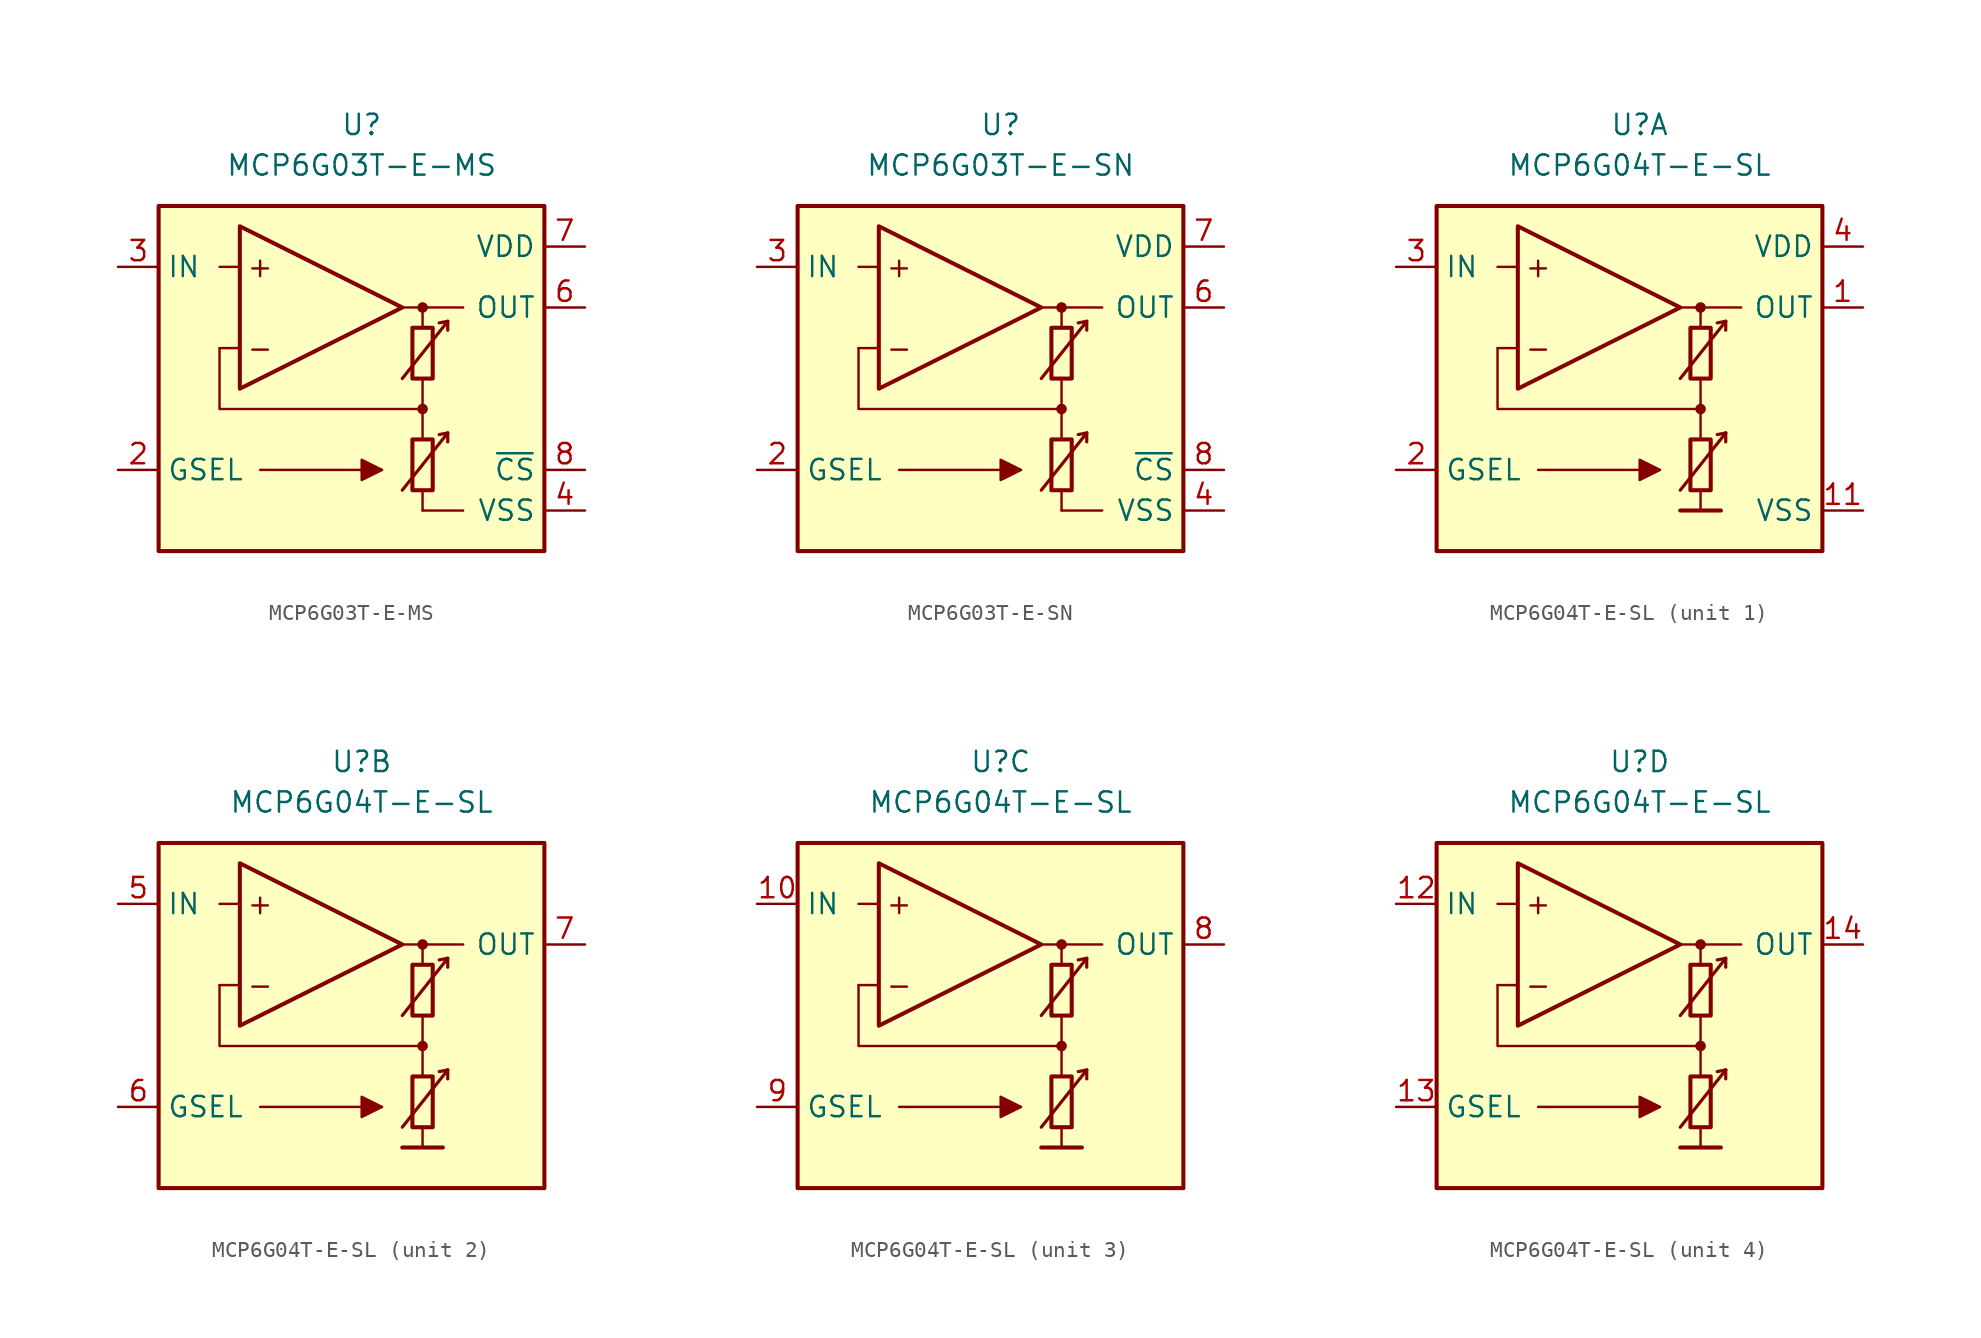
<source format=kicad_sym>
(kicad_symbol_lib
  (version 20211014)
  (generator kicad_symbol_editor)
  (symbol "MCP6G03T-E-MS"
    (property "Reference" "U"
      (at 0 16.51 0)
      (effects (font (size 1.27 1.27))))
    (property "Value" "MCP6G03T-E-MS"
      (at 0 13.97 0)
      (effects (font (size 1.27 1.27))))
    (symbol "MCP6G03T-E-MS_0_0"
      (rectangle (start -12.7 11.43) (end 11.43 -10.16) (stroke (width 0.254) (type default) (color 0 0 0 0)) (fill (type background)))
      (polyline (pts (xy 3.81 -3.81)) (stroke (width 0.152) (type default) (color 0 0 0 0)) (fill (type none)))
      (polyline (pts (xy 3.81 3.81)) (stroke (width 0.152) (type default) (color 0 0 0 0)) (fill (type none)))
      (polyline (pts (xy -7.62 2.54) (xy -8.89 2.54)) (stroke (width 0.152) (type default) (color 0 0 0 0)) (fill (type none)))
      (polyline (pts (xy -7.62 7.62) (xy -8.89 7.62)) (stroke (width 0.152) (type default) (color 0 0 0 0)) (fill (type none)))
      (polyline (pts (xy 2.54 5.08) (xy 6.35 5.08)) (stroke (width 0.152) (type default) (color 0 0 0 0)) (fill (type none)))
      (polyline (pts (xy 3.81 -7.62) (xy 6.35 -7.62)) (stroke (width 0) (type default) (color 0 0 0 0)) (fill (type none)))
      (polyline (pts (xy 3.81 -6.35) (xy 3.81 -7.62)) (stroke (width 0.152) (type default) (color 0 0 0 0)) (fill (type none)))
      (polyline (pts (xy 3.81 -1.27) (xy 3.81 -3.175)) (stroke (width 0.152) (type default) (color 0 0 0 0)) (fill (type none)))
      (polyline (pts (xy 3.81 0.635) (xy 3.81 -1.27)) (stroke (width 0.152) (type default) (color 0 0 0 0)) (fill (type none)))
      (polyline (pts (xy 3.81 5.08) (xy 3.81 3.81)) (stroke (width 0.152) (type default) (color 0 0 0 0)) (fill (type none)))
      (polyline (pts (xy 3.81 -1.27) (xy -8.89 -1.27) (xy -8.89 2.54)) (stroke (width 0.152) (type default) (color 0 0 0 0)) (fill (type none)))
      (circle (center 3.81 -1.27) (radius 0.254) (stroke (width 0.152) (type default) (color 0 0 0 0)) (fill (type outline)))
      (circle (center 3.81 5.08) (radius 0.254) (stroke (width 0.152) (type default) (color 0 0 0 0)) (fill (type outline)))
      (text "+" (at -6.35 7.62 0) (effects (font (size 1.27 1.27))))
      (text "-" (at -6.35 2.54 0) (effects (font (size 1.27 1.27)))))
    (symbol "MCP6G03T-E-MS_0_1"
      (polyline (pts (xy -6.35 -5.08) (xy 1.27 -5.08)) (stroke (width 0.152) (type default) (color 0 0 0 0)) (fill (type none)))
      (polyline (pts (xy 5.385 -2.769) (xy 4.851 -2.87)) (stroke (width 0.2) (type default) (color 0 0 0 0)) (fill (type none)))
      (polyline (pts (xy 5.385 -2.769) (xy 5.385 -3.327)) (stroke (width 0.2) (type default) (color 0 0 0 0)) (fill (type none)))
      (polyline (pts (xy 5.385 4.216) (xy 4.851 4.115)) (stroke (width 0.2) (type default) (color 0 0 0 0)) (fill (type none)))
      (polyline (pts (xy 5.385 4.216) (xy 5.385 3.658)) (stroke (width 0.2) (type default) (color 0 0 0 0)) (fill (type none)))
      (polyline (pts (xy -7.62 10.16) (xy -7.62 0) (xy 2.54 5.08) (xy -7.62 10.16)) (stroke (width 0.254) (type default) (color 0 0 0 0)) (fill (type background)))
      (polyline (pts (xy 2.54 -6.35) (xy 5.385 -2.769) (xy 5.385 -2.769) (xy 5.385 -2.769)) (stroke (width 0.2) (type default) (color 0 0 0 0)) (fill (type none)))
      (polyline (pts (xy 2.54 0.635) (xy 5.385 4.216) (xy 5.385 4.216) (xy 5.385 4.216)) (stroke (width 0.2) (type default) (color 0 0 0 0)) (fill (type none)))
      (polyline (pts (xy 1.27 -5.08) (xy 0 -4.445) (xy 0 -5.715) (xy 1.27 -5.08) (xy 0 -4.445)) (stroke (width 0.152) (type default) (color 0 0 0 0)) (fill (type outline)))
      (rectangle (start 3.175 -3.175) (end 4.445 -6.35) (stroke (width 0.254) (type default) (color 0 0 0 0)) (fill (type none)))
      (rectangle (start 3.175 3.81) (end 4.445 0.635) (stroke (width 0.254) (type default) (color 0 0 0 0)) (fill (type none))))
    (symbol "MCP6G03T-E-MS_1_1"
      (pin no_connect line (at -2.54 -3.81 0) (length 2.54) hide (name "NC" (effects (font (size 1.27 1.27)))) (number "1" (effects (font (size 1.27 1.27)))))
      (pin input line (at -15.24 -5.08 0) (length 2.54) (name "GSEL" (effects (font (size 1.27 1.27)))) (number "2" (effects (font (size 1.27 1.27)))))
      (pin input line (at -15.24 7.62 0) (length 2.54) (name "IN" (effects (font (size 1.27 1.27)))) (number "3" (effects (font (size 1.27 1.27)))))
      (pin power_in line (at 13.97 -7.62 180) (length 2.54) (name "VSS" (effects (font (size 1.27 1.27)))) (number "4" (effects (font (size 1.27 1.27)))))
      (pin no_connect line (at -2.54 -6.35 0) (length 2.54) hide (name "NC" (effects (font (size 1.27 1.27)))) (number "5" (effects (font (size 1.27 1.27)))))
      (pin output line (at 13.97 5.08 180) (length 2.54) (name "OUT" (effects (font (size 1.27 1.27)))) (number "6" (effects (font (size 1.27 1.27)))))
      (pin power_in line (at 13.97 8.89 180) (length 2.54) (name "VDD" (effects (font (size 1.27 1.27)))) (number "7" (effects (font (size 1.27 1.27)))))
      (pin input line (at 13.97 -5.08 180) (length 2.54) (name "~{CS}" (effects (font (size 1.27 1.27)))) (number "8" (effects (font (size 1.27 1.27)))))))
  (symbol "MCP6G03T-E-SN"
    (property "Reference" "U"
      (at 0 16.51 0)
      (effects (font (size 1.27 1.27))))
    (property "Value" "MCP6G03T-E-SN"
      (at 0 13.97 0)
      (effects (font (size 1.27 1.27))))
    (symbol "MCP6G03T-E-SN_0_0"
      (rectangle (start -12.7 11.43) (end 11.43 -10.16) (stroke (width 0.254) (type default) (color 0 0 0 0)) (fill (type background)))
      (polyline (pts (xy 3.81 -3.81)) (stroke (width 0.152) (type default) (color 0 0 0 0)) (fill (type none)))
      (polyline (pts (xy 3.81 3.81)) (stroke (width 0.152) (type default) (color 0 0 0 0)) (fill (type none)))
      (polyline (pts (xy -7.62 2.54) (xy -8.89 2.54)) (stroke (width 0.152) (type default) (color 0 0 0 0)) (fill (type none)))
      (polyline (pts (xy -7.62 7.62) (xy -8.89 7.62)) (stroke (width 0.152) (type default) (color 0 0 0 0)) (fill (type none)))
      (polyline (pts (xy 2.54 5.08) (xy 6.35 5.08)) (stroke (width 0.152) (type default) (color 0 0 0 0)) (fill (type none)))
      (polyline (pts (xy 3.81 -7.62) (xy 6.35 -7.62)) (stroke (width 0) (type default) (color 0 0 0 0)) (fill (type none)))
      (polyline (pts (xy 3.81 -6.35) (xy 3.81 -7.62)) (stroke (width 0.152) (type default) (color 0 0 0 0)) (fill (type none)))
      (polyline (pts (xy 3.81 -1.27) (xy 3.81 -3.175)) (stroke (width 0.152) (type default) (color 0 0 0 0)) (fill (type none)))
      (polyline (pts (xy 3.81 0.635) (xy 3.81 -1.27)) (stroke (width 0.152) (type default) (color 0 0 0 0)) (fill (type none)))
      (polyline (pts (xy 3.81 5.08) (xy 3.81 3.81)) (stroke (width 0.152) (type default) (color 0 0 0 0)) (fill (type none)))
      (polyline (pts (xy 3.81 -1.27) (xy -8.89 -1.27) (xy -8.89 2.54)) (stroke (width 0.152) (type default) (color 0 0 0 0)) (fill (type none)))
      (circle (center 3.81 -1.27) (radius 0.254) (stroke (width 0.152) (type default) (color 0 0 0 0)) (fill (type outline)))
      (circle (center 3.81 5.08) (radius 0.254) (stroke (width 0.152) (type default) (color 0 0 0 0)) (fill (type outline)))
      (text "+" (at -6.35 7.62 0) (effects (font (size 1.27 1.27))))
      (text "-" (at -6.35 2.54 0) (effects (font (size 1.27 1.27)))))
    (symbol "MCP6G03T-E-SN_0_1"
      (polyline (pts (xy -6.35 -5.08) (xy 1.27 -5.08)) (stroke (width 0.152) (type default) (color 0 0 0 0)) (fill (type none)))
      (polyline (pts (xy 5.385 -2.769) (xy 4.851 -2.87)) (stroke (width 0.2) (type default) (color 0 0 0 0)) (fill (type none)))
      (polyline (pts (xy 5.385 -2.769) (xy 5.385 -3.327)) (stroke (width 0.2) (type default) (color 0 0 0 0)) (fill (type none)))
      (polyline (pts (xy 5.385 4.216) (xy 4.851 4.115)) (stroke (width 0.2) (type default) (color 0 0 0 0)) (fill (type none)))
      (polyline (pts (xy 5.385 4.216) (xy 5.385 3.658)) (stroke (width 0.2) (type default) (color 0 0 0 0)) (fill (type none)))
      (polyline (pts (xy -7.62 10.16) (xy -7.62 0) (xy 2.54 5.08) (xy -7.62 10.16)) (stroke (width 0.254) (type default) (color 0 0 0 0)) (fill (type background)))
      (polyline (pts (xy 2.54 -6.35) (xy 5.385 -2.769) (xy 5.385 -2.769) (xy 5.385 -2.769)) (stroke (width 0.2) (type default) (color 0 0 0 0)) (fill (type none)))
      (polyline (pts (xy 2.54 0.635) (xy 5.385 4.216) (xy 5.385 4.216) (xy 5.385 4.216)) (stroke (width 0.2) (type default) (color 0 0 0 0)) (fill (type none)))
      (polyline (pts (xy 1.27 -5.08) (xy 0 -4.445) (xy 0 -5.715) (xy 1.27 -5.08) (xy 0 -4.445)) (stroke (width 0.152) (type default) (color 0 0 0 0)) (fill (type outline)))
      (rectangle (start 3.175 -3.175) (end 4.445 -6.35) (stroke (width 0.254) (type default) (color 0 0 0 0)) (fill (type none)))
      (rectangle (start 3.175 3.81) (end 4.445 0.635) (stroke (width 0.254) (type default) (color 0 0 0 0)) (fill (type none))))
    (symbol "MCP6G03T-E-SN_1_1"
      (pin no_connect line (at -2.54 -3.81 0) (length 2.54) hide (name "NC" (effects (font (size 1.27 1.27)))) (number "1" (effects (font (size 1.27 1.27)))))
      (pin input line (at -15.24 -5.08 0) (length 2.54) (name "GSEL" (effects (font (size 1.27 1.27)))) (number "2" (effects (font (size 1.27 1.27)))))
      (pin input line (at -15.24 7.62 0) (length 2.54) (name "IN" (effects (font (size 1.27 1.27)))) (number "3" (effects (font (size 1.27 1.27)))))
      (pin power_in line (at 13.97 -7.62 180) (length 2.54) (name "VSS" (effects (font (size 1.27 1.27)))) (number "4" (effects (font (size 1.27 1.27)))))
      (pin no_connect line (at -2.54 -6.35 0) (length 2.54) hide (name "NC" (effects (font (size 1.27 1.27)))) (number "5" (effects (font (size 1.27 1.27)))))
      (pin output line (at 13.97 5.08 180) (length 2.54) (name "OUT" (effects (font (size 1.27 1.27)))) (number "6" (effects (font (size 1.27 1.27)))))
      (pin power_in line (at 13.97 8.89 180) (length 2.54) (name "VDD" (effects (font (size 1.27 1.27)))) (number "7" (effects (font (size 1.27 1.27)))))
      (pin input line (at 13.97 -5.08 180) (length 2.54) (name "~{CS}" (effects (font (size 1.27 1.27)))) (number "8" (effects (font (size 1.27 1.27)))))))
  (symbol "MCP6G04T-E-SL"
    (property "Reference" "U"
      (at 0 16.51 0)
      (effects (font (size 1.27 1.27))))
    (property "Value" "MCP6G04T-E-SL"
      (at 0 13.97 0)
      (effects (font (size 1.27 1.27))))
    (property "ki_locked" ""
      (at 0 0 0)
      (effects (font (size 1.27 1.27))))
    (symbol "MCP6G04T-E-SL_0_0"
      (rectangle (start -12.7 11.43) (end 11.43 -10.16) (stroke (width 0.254) (type default) (color 0 0 0 0)) (fill (type background)))
      (polyline (pts (xy 3.81 -3.81)) (stroke (width 0.152) (type default) (color 0 0 0 0)) (fill (type none)))
      (polyline (pts (xy 3.81 3.81)) (stroke (width 0.152) (type default) (color 0 0 0 0)) (fill (type none)))
      (polyline (pts (xy -7.62 2.54) (xy -8.89 2.54)) (stroke (width 0.152) (type default) (color 0 0 0 0)) (fill (type none)))
      (polyline (pts (xy -7.62 7.62) (xy -8.89 7.62)) (stroke (width 0.152) (type default) (color 0 0 0 0)) (fill (type none)))
      (polyline (pts (xy 2.54 -7.62) (xy 5.08 -7.62)) (stroke (width 0.254) (type default) (color 0 0 0 0)) (fill (type none)))
      (polyline (pts (xy 2.54 5.08) (xy 6.35 5.08)) (stroke (width 0.152) (type default) (color 0 0 0 0)) (fill (type none)))
      (polyline (pts (xy 3.81 -6.35) (xy 3.81 -7.62)) (stroke (width 0.152) (type default) (color 0 0 0 0)) (fill (type none)))
      (polyline (pts (xy 3.81 -1.27) (xy 3.81 -3.175)) (stroke (width 0.152) (type default) (color 0 0 0 0)) (fill (type none)))
      (polyline (pts (xy 3.81 0.635) (xy 3.81 -1.27)) (stroke (width 0.152) (type default) (color 0 0 0 0)) (fill (type none)))
      (polyline (pts (xy 3.81 5.08) (xy 3.81 3.81)) (stroke (width 0.152) (type default) (color 0 0 0 0)) (fill (type none)))
      (polyline (pts (xy 3.81 -1.27) (xy -8.89 -1.27) (xy -8.89 2.54)) (stroke (width 0.152) (type default) (color 0 0 0 0)) (fill (type none)))
      (circle (center 3.81 -1.27) (radius 0.254) (stroke (width 0.152) (type default) (color 0 0 0 0)) (fill (type outline)))
      (circle (center 3.81 5.08) (radius 0.254) (stroke (width 0.152) (type default) (color 0 0 0 0)) (fill (type outline)))
      (text "+" (at -6.35 7.62 0) (effects (font (size 1.27 1.27))))
      (text "-" (at -6.35 2.54 0) (effects (font (size 1.27 1.27)))))
    (symbol "MCP6G04T-E-SL_0_1"
      (polyline (pts (xy -6.35 -5.08) (xy 1.27 -5.08)) (stroke (width 0.152) (type default) (color 0 0 0 0)) (fill (type none)))
      (polyline (pts (xy 5.385 -2.769) (xy 4.851 -2.87)) (stroke (width 0.2) (type default) (color 0 0 0 0)) (fill (type none)))
      (polyline (pts (xy 5.385 -2.769) (xy 5.385 -3.327)) (stroke (width 0.2) (type default) (color 0 0 0 0)) (fill (type none)))
      (polyline (pts (xy 5.385 4.216) (xy 4.851 4.115)) (stroke (width 0.2) (type default) (color 0 0 0 0)) (fill (type none)))
      (polyline (pts (xy 5.385 4.216) (xy 5.385 3.658)) (stroke (width 0.2) (type default) (color 0 0 0 0)) (fill (type none)))
      (polyline (pts (xy -7.62 10.16) (xy -7.62 0) (xy 2.54 5.08) (xy -7.62 10.16)) (stroke (width 0.254) (type default) (color 0 0 0 0)) (fill (type background)))
      (polyline (pts (xy 2.54 -6.35) (xy 5.385 -2.769) (xy 5.385 -2.769) (xy 5.385 -2.769)) (stroke (width 0.2) (type default) (color 0 0 0 0)) (fill (type none)))
      (polyline (pts (xy 2.54 0.635) (xy 5.385 4.216) (xy 5.385 4.216) (xy 5.385 4.216)) (stroke (width 0.2) (type default) (color 0 0 0 0)) (fill (type none)))
      (polyline (pts (xy 1.27 -5.08) (xy 0 -4.445) (xy 0 -5.715) (xy 1.27 -5.08) (xy 0 -4.445)) (stroke (width 0.152) (type default) (color 0 0 0 0)) (fill (type outline)))
      (rectangle (start 3.175 -3.175) (end 4.445 -6.35) (stroke (width 0.254) (type default) (color 0 0 0 0)) (fill (type none)))
      (rectangle (start 3.175 3.81) (end 4.445 0.635) (stroke (width 0.254) (type default) (color 0 0 0 0)) (fill (type none))))
    (symbol "MCP6G04T-E-SL_1_1"
      (pin output line (at 13.97 5.08 180) (length 2.54) (name "OUT" (effects (font (size 1.27 1.27)))) (number "1" (effects (font (size 1.27 1.27)))))
      (pin power_in line (at 13.97 -7.62 180) (length 2.54) (name "VSS" (effects (font (size 1.27 1.27)))) (number "11" (effects (font (size 1.27 1.27)))))
      (pin input line (at -15.24 -5.08 0) (length 2.54) (name "GSEL" (effects (font (size 1.27 1.27)))) (number "2" (effects (font (size 1.27 1.27)))))
      (pin input line (at -15.24 7.62 0) (length 2.54) (name "IN" (effects (font (size 1.27 1.27)))) (number "3" (effects (font (size 1.27 1.27)))))
      (pin power_in line (at 13.97 8.89 180) (length 2.54) (name "VDD" (effects (font (size 1.27 1.27)))) (number "4" (effects (font (size 1.27 1.27))))))
    (symbol "MCP6G04T-E-SL_2_1"
      (pin input line (at -15.24 7.62 0) (length 2.54) (name "IN" (effects (font (size 1.27 1.27)))) (number "5" (effects (font (size 1.27 1.27)))))
      (pin input line (at -15.24 -5.08 0) (length 2.54) (name "GSEL" (effects (font (size 1.27 1.27)))) (number "6" (effects (font (size 1.27 1.27)))))
      (pin output line (at 13.97 5.08 180) (length 2.54) (name "OUT" (effects (font (size 1.27 1.27)))) (number "7" (effects (font (size 1.27 1.27))))))
    (symbol "MCP6G04T-E-SL_3_1"
      (pin input line (at -15.24 7.62 0) (length 2.54) (name "IN" (effects (font (size 1.27 1.27)))) (number "10" (effects (font (size 1.27 1.27)))))
      (pin output line (at 13.97 5.08 180) (length 2.54) (name "OUT" (effects (font (size 1.27 1.27)))) (number "8" (effects (font (size 1.27 1.27)))))
      (pin input line (at -15.24 -5.08 0) (length 2.54) (name "GSEL" (effects (font (size 1.27 1.27)))) (number "9" (effects (font (size 1.27 1.27))))))
    (symbol "MCP6G04T-E-SL_4_1"
      (pin input line (at -15.24 7.62 0) (length 2.54) (name "IN" (effects (font (size 1.27 1.27)))) (number "12" (effects (font (size 1.27 1.27)))))
      (pin input line (at -15.24 -5.08 0) (length 2.54) (name "GSEL" (effects (font (size 1.27 1.27)))) (number "13" (effects (font (size 1.27 1.27)))))
      (pin output line (at 13.97 5.08 180) (length 2.54) (name "OUT" (effects (font (size 1.27 1.27)))) (number "14" (effects (font (size 1.27 1.27))))))))
</source>
